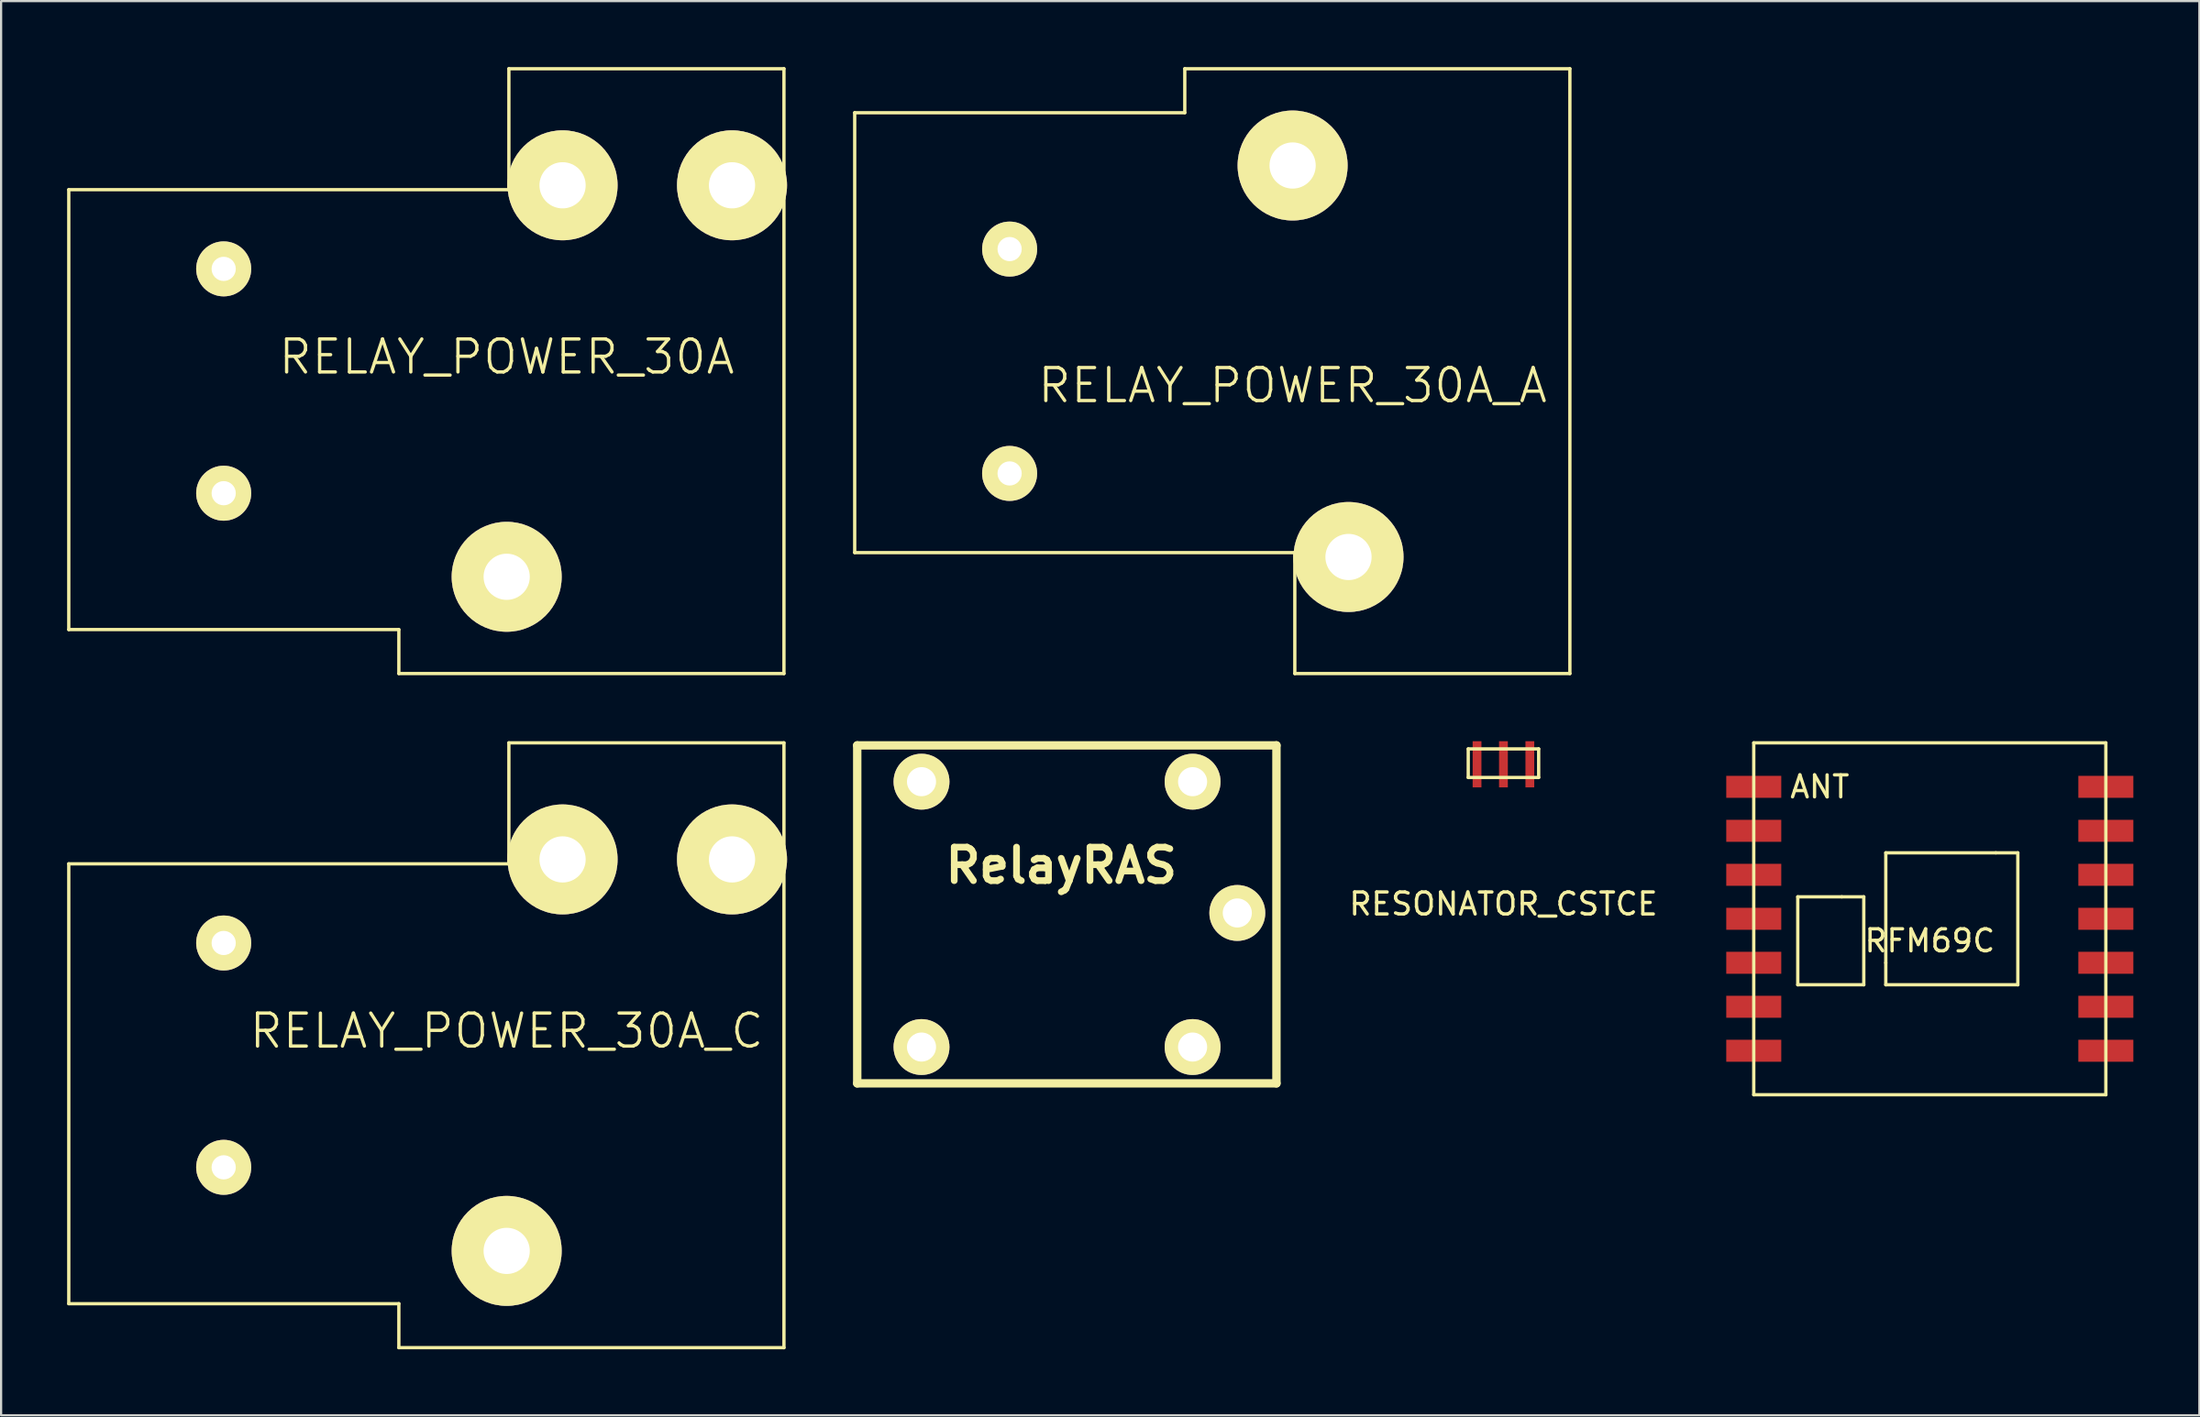
<source format=kicad_pcb>
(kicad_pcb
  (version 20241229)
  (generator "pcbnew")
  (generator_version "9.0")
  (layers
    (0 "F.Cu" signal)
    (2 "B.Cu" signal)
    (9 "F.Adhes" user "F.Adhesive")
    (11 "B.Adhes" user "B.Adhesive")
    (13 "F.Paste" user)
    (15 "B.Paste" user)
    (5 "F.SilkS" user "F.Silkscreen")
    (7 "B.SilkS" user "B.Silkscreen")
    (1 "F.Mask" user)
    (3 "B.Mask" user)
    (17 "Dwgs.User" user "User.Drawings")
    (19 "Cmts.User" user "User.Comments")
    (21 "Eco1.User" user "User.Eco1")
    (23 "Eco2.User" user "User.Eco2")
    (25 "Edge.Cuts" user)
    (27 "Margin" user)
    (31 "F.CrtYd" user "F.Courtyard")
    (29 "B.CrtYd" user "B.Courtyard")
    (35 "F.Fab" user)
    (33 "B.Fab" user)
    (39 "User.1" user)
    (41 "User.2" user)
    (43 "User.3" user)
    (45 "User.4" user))
  (footprint "RELAY_POWER_30A_C"
    (layer "F.Cu")
    (at 19.975 53.825)
    (property "Reference" "RELAY_POWER_30A_C" (at 0 -10 0) (layer "F.SilkS") (effects (font (size 1.5 1.5) (thickness 0.15))))
    (attr through_hole)
    (fp_line (start -19.9 -17.6) (end -19.9 2.4) (stroke (width 0.15) (type solid)) (layer "F.SilkS"))
    (fp_line (start -19.9 2.4) (end -4.9 2.4) (stroke (width 0.15) (type solid)) (layer "F.SilkS"))
    (fp_line (start -4.9 2.4) (end -4.9 4.4) (stroke (width 0.15) (type solid)) (layer "F.SilkS"))
    (fp_line (start 0.1 -23.1) (end 0.1 -17.6) (stroke (width 0.15) (type solid)) (layer "F.SilkS"))
    (fp_line (start 0.1 -23.1) (end 12.6 -23.1) (stroke (width 0.15) (type solid)) (layer "F.SilkS"))
    (fp_line (start 0.1 -17.6) (end -19.9 -17.6) (stroke (width 0.15) (type solid)) (layer "F.SilkS"))
    (fp_line (start 12.6 -23.1) (end 12.6 4.4) (stroke (width 0.15) (type solid)) (layer "F.SilkS"))
    (fp_line (start 12.6 4.4) (end -4.9 4.4) (stroke (width 0.15) (type solid)) (layer "F.SilkS"))
    (pad "1" thru_hole circle (at 0 0) (size 5 5) (drill 2.1) (layers "*.Cu" "*.Mask" "F.SilkS"))
    (pad "2" thru_hole circle (at -12.86 -3.8) (size 2.5 2.5) (drill 1.1) (layers "*.Cu" "*.Mask" "F.SilkS"))
    (pad "3" thru_hole circle (at -12.86 -14) (size 2.5 2.5) (drill 1.1) (layers "*.Cu" "*.Mask" "F.SilkS"))
    (pad "4" thru_hole circle (at 2.54 -17.8) (size 5 5) (drill 2.1) (layers "*.Cu" "*.Mask" "F.SilkS"))
    (pad "5" thru_hole circle (at 10.24 -17.8) (size 5 5) (drill 2.1) (layers "*.Cu" "*.Mask" "F.SilkS")))
  (footprint "RESONATOR_CSTCE"
    (layer "F.Cu")
    (at 65.271 31.7)
    (property "Reference" "RESONATOR_CSTCE" (at 0 6.35 0) (layer "F.SilkS") (effects (font (size 1 1) (thickness 0.15))))
    (attr through_hole)
    (fp_line (start -1.6 -0.7) (end 1.6 -0.7) (stroke (width 0.15) (type solid)) (layer "F.SilkS"))
    (fp_line (start -1.6 0.6) (end -1.6 -0.7) (stroke (width 0.15) (type solid)) (layer "F.SilkS"))
    (fp_line (start 1.6 -0.7) (end 1.6 0.6) (stroke (width 0.15) (type solid)) (layer "F.SilkS"))
    (fp_line (start 1.6 0.6) (end -1.6 0.6) (stroke (width 0.15) (type solid)) (layer "F.SilkS"))
    (pad "1" smd rect (at -1.2 0) (size 0.4 2.1) (layers "F.Cu" "F.Mask" "F.Paste"))
    (pad "2" smd rect (at 0 0) (size 0.4 2.1) (layers "F.Cu" "F.Mask" "F.Paste"))
    (pad "3" smd rect (at 1.2 0) (size 0.4 2.1) (layers "F.Cu" "F.Mask" "F.Paste")))
  (footprint "RELAY_POWER_30A_A"
    (layer "F.Cu")
    (at 52.19 12.975)
    (property "Reference" "RELAY_POWER_30A_A" (at 3.5 1.5 180) (layer "F.SilkS") (effects (font (size 1.5 1.5) (thickness 0.15))))
    (attr through_hole)
    (fp_line (start -16.4 -10.9) (end -1.4 -10.9) (stroke (width 0.15) (type solid)) (layer "F.SilkS"))
    (fp_line (start -16.4 9.1) (end -16.4 -10.9) (stroke (width 0.15) (type solid)) (layer "F.SilkS"))
    (fp_line (start -1.4 -10.9) (end -1.4 -12.9) (stroke (width 0.15) (type solid)) (layer "F.SilkS"))
    (fp_line (start 3.6 9.1) (end -16.4 9.1) (stroke (width 0.15) (type solid)) (layer "F.SilkS"))
    (fp_line (start 3.6 14.6) (end 3.6 9.1) (stroke (width 0.15) (type solid)) (layer "F.SilkS"))
    (fp_line (start 3.6 14.6) (end 16.1 14.6) (stroke (width 0.15) (type solid)) (layer "F.SilkS"))
    (fp_line (start 16.1 -12.9) (end -1.4 -12.9) (stroke (width 0.15) (type solid)) (layer "F.SilkS"))
    (fp_line (start 16.1 14.6) (end 16.1 -12.9) (stroke (width 0.15) (type solid)) (layer "F.SilkS"))
    (pad "1" thru_hole circle (at 3.5 -8.5) (size 5 5) (drill 2.1) (layers "*.Cu" "*.Mask" "F.SilkS"))
    (pad "2" thru_hole circle (at -9.36 -4.7) (size 2.5 2.5) (drill 1.1) (layers "*.Cu" "*.Mask" "F.SilkS"))
    (pad "3" thru_hole circle (at -9.36 5.5) (size 2.5 2.5) (drill 1.1) (layers "*.Cu" "*.Mask" "F.SilkS"))
    (pad "4" thru_hole circle (at 6.04 9.3) (size 5 5) (drill 2.1) (layers "*.Cu" "*.Mask" "F.SilkS")))
  (footprint "RELAY_POWER_30A"
    (layer "F.Cu")
    (at 19.975 23.175)
    (property "Reference" "RELAY_POWER_30A" (at 0 -10 0) (layer "F.SilkS") (effects (font (size 1.5 1.5) (thickness 0.15))))
    (attr through_hole)
    (fp_line (start -19.9 -17.6) (end -19.9 2.4) (stroke (width 0.15) (type solid)) (layer "F.SilkS"))
    (fp_line (start -19.9 2.4) (end -4.9 2.4) (stroke (width 0.15) (type solid)) (layer "F.SilkS"))
    (fp_line (start -4.9 2.4) (end -4.9 4.4) (stroke (width 0.15) (type solid)) (layer "F.SilkS"))
    (fp_line (start 0.1 -23.1) (end 0.1 -17.6) (stroke (width 0.15) (type solid)) (layer "F.SilkS"))
    (fp_line (start 0.1 -23.1) (end 12.6 -23.1) (stroke (width 0.15) (type solid)) (layer "F.SilkS"))
    (fp_line (start 0.1 -17.6) (end -19.9 -17.6) (stroke (width 0.15) (type solid)) (layer "F.SilkS"))
    (fp_line (start 12.6 -23.1) (end 12.6 4.4) (stroke (width 0.15) (type solid)) (layer "F.SilkS"))
    (fp_line (start 12.6 4.4) (end -4.9 4.4) (stroke (width 0.15) (type solid)) (layer "F.SilkS"))
    (pad "1" thru_hole circle (at 0 0) (size 5 5) (drill 2.1) (layers "*.Cu" "*.Mask" "F.SilkS"))
    (pad "2" thru_hole circle (at -12.86 -3.8) (size 2.5 2.5) (drill 1.1) (layers "*.Cu" "*.Mask" "F.SilkS"))
    (pad "3" thru_hole circle (at -12.86 -14) (size 2.5 2.5) (drill 1.1) (layers "*.Cu" "*.Mask" "F.SilkS"))
    (pad "4" thru_hole circle (at 2.54 -17.8) (size 5 5) (drill 2.1) (layers "*.Cu" "*.Mask" "F.SilkS"))
    (pad "5" thru_hole circle (at 10.24 -17.8) (size 5 5) (drill 2.1) (layers "*.Cu" "*.Mask" "F.SilkS")))
  (footprint "RelayRAS"
    (layer "F.Cu")
    (at 45.176 38.206)
    (property "Reference" "RelayRAS" (at 0 -1.905 0) (layer "F.SilkS") (effects (font (size 1.524 1.524) (thickness 0.305))))
    (attr through_hole)
    (fp_line (start -9.271 -7.366) (end -9.271 8.001) (stroke (width 0.381) (type solid)) (layer "F.SilkS"))
    (fp_line (start -9.271 -7.366) (end 9.779 -7.366) (stroke (width 0.381) (type solid)) (layer "F.SilkS"))
    (fp_line (start 9.779 -7.366) (end 9.779 8.001) (stroke (width 0.381) (type solid)) (layer "F.SilkS"))
    (fp_line (start 9.779 8.001) (end -9.271 8.001) (stroke (width 0.381) (type solid)) (layer "F.SilkS"))
    (pad "1" thru_hole circle (at 5.969 -5.715) (size 2.54 2.54) (drill 1.321) (layers "*.Cu" "*.Mask" "F.SilkS"))
    (pad "2" thru_hole circle (at 5.969 6.35) (size 2.54 2.54) (drill 1.321) (layers "*.Cu" "*.Mask" "F.SilkS"))
    (pad "3" thru_hole circle (at -6.35 6.35) (size 2.54 2.54) (drill 1.321) (layers "*.Cu" "*.Mask" "F.SilkS"))
    (pad "4" thru_hole circle (at -6.35 -5.715) (size 2.54 2.54) (drill 1.321) (layers "*.Cu" "*.Mask" "F.SilkS"))
    (pad "5" thru_hole circle (at 8.001 0.254) (size 2.54 2.54) (drill 1.321) (layers "*.Cu" "*.Mask" "F.SilkS")))
  (footprint "RFM69C"
    (layer "F.Cu")
    (at 84.646 38.725)
    (property "Reference" "RFM69C" (at 0 1 0) (layer "F.SilkS") (effects (font (size 1 1) (thickness 0.15))))
    (attr through_hole)
    (fp_line (start -8 -8) (end 8 -8) (stroke (width 0.15) (type solid)) (layer "F.SilkS"))
    (fp_line (start -8 8) (end -8 -8) (stroke (width 0.15) (type solid)) (layer "F.SilkS"))
    (fp_line (start -6 -1) (end -4 -1) (stroke (width 0.15) (type solid)) (layer "F.SilkS"))
    (fp_line (start -6 3) (end -6 -1) (stroke (width 0.15) (type solid)) (layer "F.SilkS"))
    (fp_line (start -4 -1) (end -3 -1) (stroke (width 0.15) (type solid)) (layer "F.SilkS"))
    (fp_line (start -3 -1) (end -3 3) (stroke (width 0.15) (type solid)) (layer "F.SilkS"))
    (fp_line (start -3 3) (end -6 3) (stroke (width 0.15) (type solid)) (layer "F.SilkS"))
    (fp_line (start -2 -3) (end 3 -3) (stroke (width 0.15) (type solid)) (layer "F.SilkS"))
    (fp_line (start -2 2) (end -2 -3) (stroke (width 0.15) (type solid)) (layer "F.SilkS"))
    (fp_line (start -2 2) (end -2 3) (stroke (width 0.15) (type solid)) (layer "F.SilkS"))
    (fp_line (start -2 3) (end 4 3) (stroke (width 0.15) (type solid)) (layer "F.SilkS"))
    (fp_line (start 4 -3) (end 3 -3) (stroke (width 0.15) (type solid)) (layer "F.SilkS"))
    (fp_line (start 4 3) (end 4 -3) (stroke (width 0.15) (type solid)) (layer "F.SilkS"))
    (fp_line (start 8 -8) (end 8 8) (stroke (width 0.15) (type solid)) (layer "F.SilkS"))
    (fp_line (start 8 8) (end -8 8) (stroke (width 0.15) (type solid)) (layer "F.SilkS"))
    (fp_text user "ANT" (at -5 -6 0) (layer "F.SilkS") (effects (font (size 1 1) (thickness 0.15))))
    (pad "1" smd rect (at -8 -6) (size 2.5 1) (layers "F.Cu" "F.Mask" "F.Paste"))
    (pad "2" smd rect (at -8 -4) (size 2.5 1) (layers "F.Cu" "F.Mask" "F.Paste"))
    (pad "3" smd rect (at -8 -2) (size 2.5 1) (layers "F.Cu" "F.Mask" "F.Paste"))
    (pad "4" smd rect (at -8 0) (size 2.5 1) (layers "F.Cu" "F.Mask" "F.Paste"))
    (pad "5" smd rect (at -8 2) (size 2.5 1) (layers "F.Cu" "F.Mask" "F.Paste"))
    (pad "6" smd rect (at -8 4) (size 2.5 1) (layers "F.Cu" "F.Mask" "F.Paste"))
    (pad "7" smd rect (at -8 6) (size 2.5 1) (layers "F.Cu" "F.Mask" "F.Paste"))
    (pad "8" smd rect (at 8 6) (size 2.5 1) (layers "F.Cu" "F.Mask" "F.Paste"))
    (pad "9" smd rect (at 8 4) (size 2.5 1) (layers "F.Cu" "F.Mask" "F.Paste"))
    (pad "10" smd rect (at 8 2) (size 2.5 1) (layers "F.Cu" "F.Mask" "F.Paste"))
    (pad "11" smd rect (at 8 0) (size 2.5 1) (layers "F.Cu" "F.Mask" "F.Paste"))
    (pad "12" smd rect (at 8 -2) (size 2.5 1) (layers "F.Cu" "F.Mask" "F.Paste"))
    (pad "13" smd rect (at 8 -4) (size 2.5 1) (layers "F.Cu" "F.Mask" "F.Paste"))
    (pad "14" smd rect (at 8 -6) (size 2.5 1) (layers "F.Cu" "F.Mask" "F.Paste")))
  (gr_rect
    (start -3 -3)
    (end 96.896 61.3)
    (stroke (width 0.1) (type default))
    (fill no)
    (layer "Edge.Cuts")))
</source>
